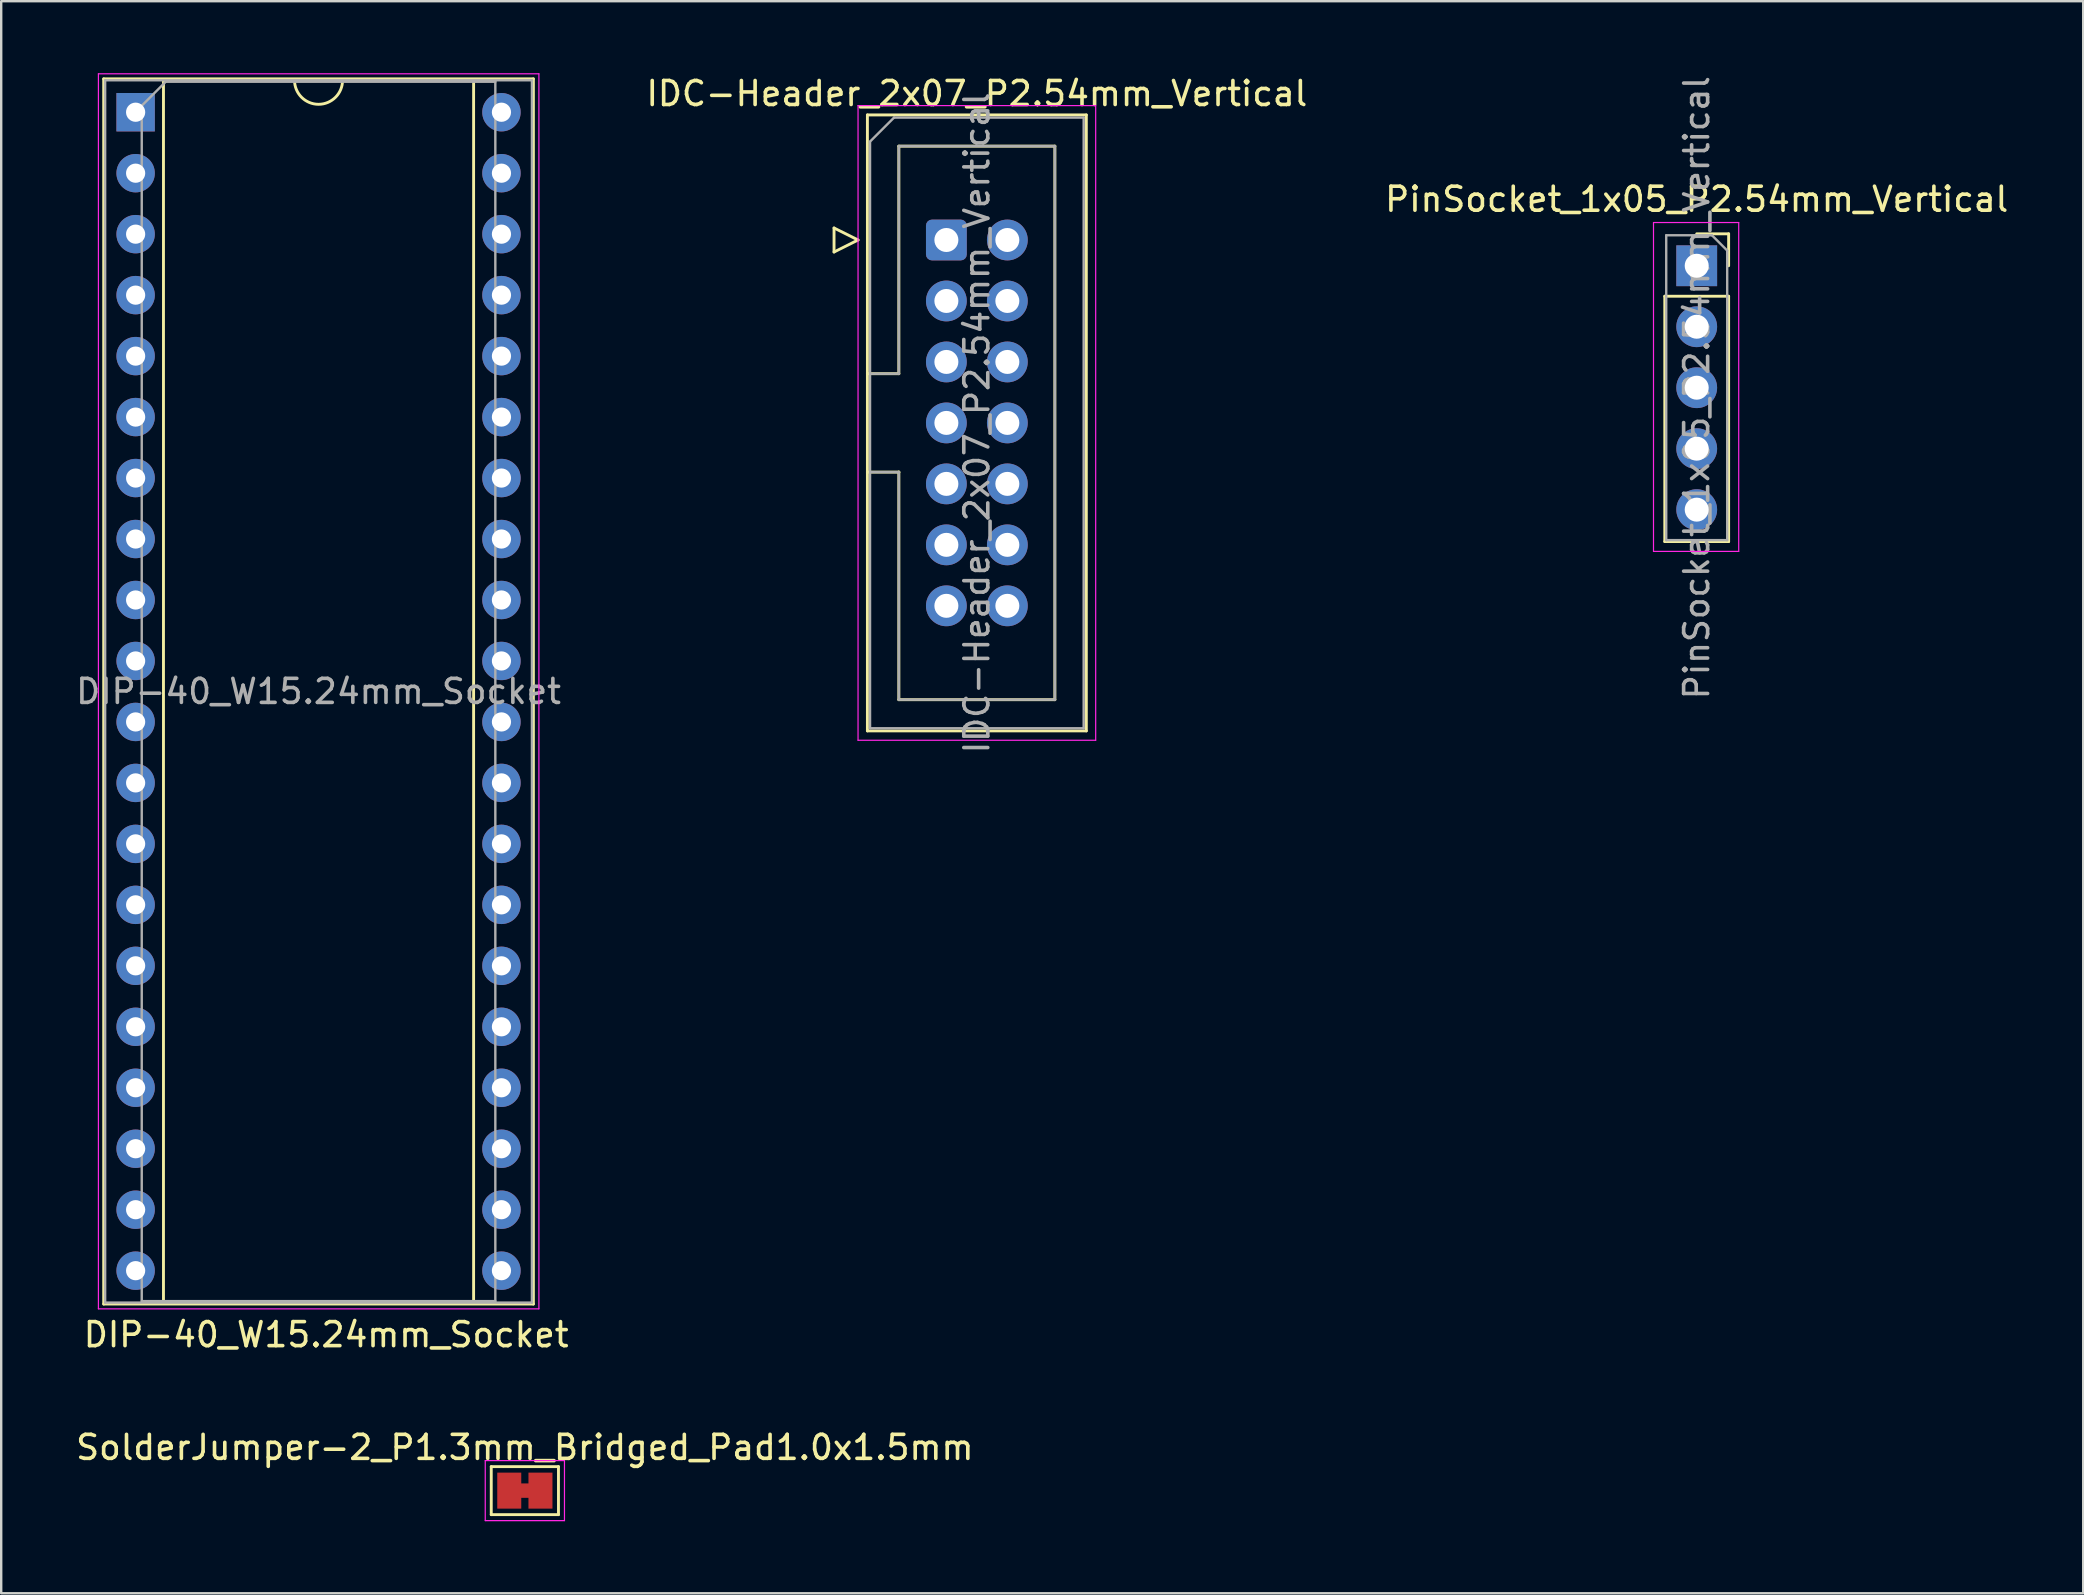
<source format=kicad_pcb>
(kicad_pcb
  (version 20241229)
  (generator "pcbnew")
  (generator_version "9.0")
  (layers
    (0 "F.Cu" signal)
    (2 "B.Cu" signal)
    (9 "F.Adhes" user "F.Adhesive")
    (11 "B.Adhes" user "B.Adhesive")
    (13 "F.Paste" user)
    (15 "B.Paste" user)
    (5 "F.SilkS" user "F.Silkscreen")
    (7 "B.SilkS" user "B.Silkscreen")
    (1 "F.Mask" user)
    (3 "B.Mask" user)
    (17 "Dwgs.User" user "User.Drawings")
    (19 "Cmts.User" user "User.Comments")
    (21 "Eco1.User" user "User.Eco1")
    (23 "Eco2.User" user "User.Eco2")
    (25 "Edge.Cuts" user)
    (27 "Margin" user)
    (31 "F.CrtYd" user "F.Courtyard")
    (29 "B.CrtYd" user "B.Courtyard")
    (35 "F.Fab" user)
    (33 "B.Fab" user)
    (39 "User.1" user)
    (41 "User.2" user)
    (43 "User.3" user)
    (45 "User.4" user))
  (footprint "SolderJumper-2_P1.3mm_Bridged_Pad1.0x1.5mm"
    (layer "F.Cu")
    (at 18.815 59.048)
    (property "Reference" "SolderJumper-2_P1.3mm_Bridged_Pad1.0x1.5mm" (at 0 -1.8 180) (layer "F.SilkS") (effects (font (size 1 1) (thickness 0.15))))
    (attr exclude_from_pos_files exclude_from_bom)
    (fp_poly (pts (xy -0.25 -0.3) (xy 0.25 -0.3) (xy 0.25 0.3) (xy -0.25 0.3)) (stroke (width 0) (type solid)) (fill yes) (layer "F.Cu"))
    (fp_line (start -1.4 -1) (end 1.4 -1) (stroke (width 0.12) (type solid)) (layer "F.SilkS"))
    (fp_line (start -1.4 1) (end -1.4 -1) (stroke (width 0.12) (type solid)) (layer "F.SilkS"))
    (fp_line (start 1.4 -1) (end 1.4 1) (stroke (width 0.12) (type solid)) (layer "F.SilkS"))
    (fp_line (start 1.4 1) (end -1.4 1) (stroke (width 0.12) (type solid)) (layer "F.SilkS"))
    (fp_line (start -1.65 -1.25) (end -1.65 1.25) (stroke (width 0.05) (type solid)) (layer "F.CrtYd"))
    (fp_line (start -1.65 -1.25) (end 1.65 -1.25) (stroke (width 0.05) (type solid)) (layer "F.CrtYd"))
    (fp_line (start 1.65 1.25) (end -1.65 1.25) (stroke (width 0.05) (type solid)) (layer "F.CrtYd"))
    (fp_line (start 1.65 1.25) (end 1.65 -1.25) (stroke (width 0.05) (type solid)) (layer "F.CrtYd"))
    (pad "1" smd rect (at -0.65 0) (size 1 1.5) (layers "F.Cu" "F.Mask"))
    (pad "2" smd rect (at 0.65 0) (size 1 1.5) (layers "F.Cu" "F.Mask")))
  (footprint "PinSocket_1x05_P2.54mm_Vertical"
    (layer "F.Cu")
    (at 67.633 8.021)
    (property "Reference" "PinSocket_1x05_P2.54mm_Vertical" (at 0 -2.77 0) (layer "F.SilkS") (effects (font (size 1 1) (thickness 0.15))))
    (attr through_hole)
    (fp_line (start -1.33 1.27) (end -1.33 11.49) (stroke (width 0.12) (type solid)) (layer "F.SilkS"))
    (fp_line (start -1.33 1.27) (end 1.33 1.27) (stroke (width 0.12) (type solid)) (layer "F.SilkS"))
    (fp_line (start -1.33 11.49) (end 1.33 11.49) (stroke (width 0.12) (type solid)) (layer "F.SilkS"))
    (fp_line (start 0 -1.33) (end 1.33 -1.33) (stroke (width 0.12) (type solid)) (layer "F.SilkS"))
    (fp_line (start 1.33 -1.33) (end 1.33 0) (stroke (width 0.12) (type solid)) (layer "F.SilkS"))
    (fp_line (start 1.33 1.27) (end 1.33 11.49) (stroke (width 0.12) (type solid)) (layer "F.SilkS"))
    (fp_line (start -1.8 -1.8) (end 1.75 -1.8) (stroke (width 0.05) (type solid)) (layer "F.CrtYd"))
    (fp_line (start -1.8 11.9) (end -1.8 -1.8) (stroke (width 0.05) (type solid)) (layer "F.CrtYd"))
    (fp_line (start 1.75 -1.8) (end 1.75 11.9) (stroke (width 0.05) (type solid)) (layer "F.CrtYd"))
    (fp_line (start 1.75 11.9) (end -1.8 11.9) (stroke (width 0.05) (type solid)) (layer "F.CrtYd"))
    (fp_line (start -1.27 -1.27) (end 0.635 -1.27) (stroke (width 0.1) (type solid)) (layer "F.Fab"))
    (fp_line (start -1.27 11.43) (end -1.27 -1.27) (stroke (width 0.1) (type solid)) (layer "F.Fab"))
    (fp_line (start 0.635 -1.27) (end 1.27 -0.635) (stroke (width 0.1) (type solid)) (layer "F.Fab"))
    (fp_line (start 1.27 -0.635) (end 1.27 11.43) (stroke (width 0.1) (type solid)) (layer "F.Fab"))
    (fp_line (start 1.27 11.43) (end -1.27 11.43) (stroke (width 0.1) (type solid)) (layer "F.Fab"))
    (fp_text user "${REFERENCE}" (at 0 5.08 270) (layer "F.Fab") (effects (font (size 1 1) (thickness 0.15))))
    (pad "1" thru_hole rect (at 0 0) (size 1.7 1.7) (drill 1) (layers "*.Cu" "*.Mask"))
    (pad "2" thru_hole oval (at 0 2.54) (size 1.7 1.7) (drill 1) (layers "*.Cu" "*.Mask"))
    (pad "3" thru_hole oval (at 0 5.08) (size 1.7 1.7) (drill 1) (layers "*.Cu" "*.Mask"))
    (pad "4" thru_hole oval (at 0 7.62) (size 1.7 1.7) (drill 1) (layers "*.Cu" "*.Mask"))
    (pad "5" thru_hole oval (at 0 10.16) (size 1.7 1.7) (drill 1) (layers "*.Cu" "*.Mask")))
  (footprint "IDC-Header_2x07_P2.54mm_Vertical"
    (layer "F.Cu")
    (at 36.375 6.948)
    (property "Reference" "IDC-Header_2x07_P2.54mm_Vertical" (at 1.27 -6.1 0) (layer "F.SilkS") (effects (font (size 1 1) (thickness 0.15))))
    (attr through_hole)
    (fp_line (start -4.68 -0.5) (end -4.68 0.5) (stroke (width 0.12) (type solid)) (layer "F.SilkS"))
    (fp_line (start -4.68 0.5) (end -3.68 0) (stroke (width 0.12) (type solid)) (layer "F.SilkS"))
    (fp_line (start -3.68 0) (end -4.68 -0.5) (stroke (width 0.12) (type solid)) (layer "F.SilkS"))
    (fp_line (start -3.29 -5.21) (end 5.83 -5.21) (stroke (width 0.12) (type solid)) (layer "F.SilkS"))
    (fp_line (start -3.29 5.57) (end -1.98 5.57) (stroke (width 0.12) (type solid)) (layer "F.SilkS"))
    (fp_line (start -3.29 20.45) (end -3.29 -5.21) (stroke (width 0.12) (type solid)) (layer "F.SilkS"))
    (fp_line (start -1.98 -3.91) (end 4.52 -3.91) (stroke (width 0.12) (type solid)) (layer "F.SilkS"))
    (fp_line (start -1.98 5.57) (end -1.98 -3.91) (stroke (width 0.12) (type solid)) (layer "F.SilkS"))
    (fp_line (start -1.98 9.67) (end -3.29 9.67) (stroke (width 0.12) (type solid)) (layer "F.SilkS"))
    (fp_line (start -1.98 9.67) (end -1.98 9.67) (stroke (width 0.12) (type solid)) (layer "F.SilkS"))
    (fp_line (start -1.98 19.15) (end -1.98 9.67) (stroke (width 0.12) (type solid)) (layer "F.SilkS"))
    (fp_line (start 4.52 -3.91) (end 4.52 19.15) (stroke (width 0.12) (type solid)) (layer "F.SilkS"))
    (fp_line (start 4.52 19.15) (end -1.98 19.15) (stroke (width 0.12) (type solid)) (layer "F.SilkS"))
    (fp_line (start 5.83 -5.21) (end 5.83 20.45) (stroke (width 0.12) (type solid)) (layer "F.SilkS"))
    (fp_line (start 5.83 20.45) (end -3.29 20.45) (stroke (width 0.12) (type solid)) (layer "F.SilkS"))
    (fp_line (start -3.68 -5.6) (end -3.68 20.84) (stroke (width 0.05) (type solid)) (layer "F.CrtYd"))
    (fp_line (start -3.68 20.84) (end 6.22 20.84) (stroke (width 0.05) (type solid)) (layer "F.CrtYd"))
    (fp_line (start 6.22 -5.6) (end -3.68 -5.6) (stroke (width 0.05) (type solid)) (layer "F.CrtYd"))
    (fp_line (start 6.22 20.84) (end 6.22 -5.6) (stroke (width 0.05) (type solid)) (layer "F.CrtYd"))
    (fp_line (start -3.18 -4.1) (end -2.18 -5.1) (stroke (width 0.1) (type solid)) (layer "F.Fab"))
    (fp_line (start -3.18 5.57) (end -1.98 5.57) (stroke (width 0.1) (type solid)) (layer "F.Fab"))
    (fp_line (start -3.18 20.34) (end -3.18 -4.1) (stroke (width 0.1) (type solid)) (layer "F.Fab"))
    (fp_line (start -2.18 -5.1) (end 5.72 -5.1) (stroke (width 0.1) (type solid)) (layer "F.Fab"))
    (fp_line (start -1.98 -3.91) (end 4.52 -3.91) (stroke (width 0.1) (type solid)) (layer "F.Fab"))
    (fp_line (start -1.98 5.57) (end -1.98 -3.91) (stroke (width 0.1) (type solid)) (layer "F.Fab"))
    (fp_line (start -1.98 9.67) (end -3.18 9.67) (stroke (width 0.1) (type solid)) (layer "F.Fab"))
    (fp_line (start -1.98 9.67) (end -1.98 9.67) (stroke (width 0.1) (type solid)) (layer "F.Fab"))
    (fp_line (start -1.98 19.15) (end -1.98 9.67) (stroke (width 0.1) (type solid)) (layer "F.Fab"))
    (fp_line (start 4.52 -3.91) (end 4.52 19.15) (stroke (width 0.1) (type solid)) (layer "F.Fab"))
    (fp_line (start 4.52 19.15) (end -1.98 19.15) (stroke (width 0.1) (type solid)) (layer "F.Fab"))
    (fp_line (start 5.72 -5.1) (end 5.72 20.34) (stroke (width 0.1) (type solid)) (layer "F.Fab"))
    (fp_line (start 5.72 20.34) (end -3.18 20.34) (stroke (width 0.1) (type solid)) (layer "F.Fab"))
    (fp_text user "${REFERENCE}" (at 1.27 7.62 270) (layer "F.Fab") (effects (font (size 1 1) (thickness 0.15))))
    (pad "1" thru_hole roundrect (at 0 0) (size 1.7 1.7) (drill 1) (layers "*.Cu" "*.Mask") (roundrect_rratio 0.147))
    (pad "2" thru_hole circle (at 2.54 0) (size 1.7 1.7) (drill 1) (layers "*.Cu" "*.Mask"))
    (pad "3" thru_hole circle (at 0 2.54) (size 1.7 1.7) (drill 1) (layers "*.Cu" "*.Mask"))
    (pad "4" thru_hole circle (at 2.54 2.54) (size 1.7 1.7) (drill 1) (layers "*.Cu" "*.Mask"))
    (pad "5" thru_hole circle (at 0 5.08) (size 1.7 1.7) (drill 1) (layers "*.Cu" "*.Mask"))
    (pad "6" thru_hole circle (at 2.54 5.08) (size 1.7 1.7) (drill 1) (layers "*.Cu" "*.Mask"))
    (pad "7" thru_hole circle (at 0 7.62) (size 1.7 1.7) (drill 1) (layers "*.Cu" "*.Mask"))
    (pad "8" thru_hole circle (at 2.54 7.62) (size 1.7 1.7) (drill 1) (layers "*.Cu" "*.Mask"))
    (pad "9" thru_hole circle (at 0 10.16) (size 1.7 1.7) (drill 1) (layers "*.Cu" "*.Mask"))
    (pad "10" thru_hole circle (at 2.54 10.16) (size 1.7 1.7) (drill 1) (layers "*.Cu" "*.Mask"))
    (pad "11" thru_hole circle (at 0 12.7) (size 1.7 1.7) (drill 1) (layers "*.Cu" "*.Mask"))
    (pad "12" thru_hole circle (at 2.54 12.7) (size 1.7 1.7) (drill 1) (layers "*.Cu" "*.Mask"))
    (pad "13" thru_hole circle (at 0 15.24) (size 1.7 1.7) (drill 1) (layers "*.Cu" "*.Mask"))
    (pad "14" thru_hole circle (at 2.54 15.24) (size 1.7 1.7) (drill 1) (layers "*.Cu" "*.Mask")))
  (footprint "DIP-40_W15.24mm_Socket"
    (layer "F.Cu")
    (at 2.6 1.625)
    (property "Reference" "DIP-40_W15.24mm_Socket" (at 7.938 50.927 0) (layer "F.SilkS") (effects (font (size 1 1) (thickness 0.15))))
    (attr through_hole)
    (fp_line (start -1.33 -1.39) (end -1.33 49.65) (stroke (width 0.12) (type solid)) (layer "F.SilkS"))
    (fp_line (start -1.33 49.65) (end 16.57 49.65) (stroke (width 0.12) (type solid)) (layer "F.SilkS"))
    (fp_line (start 1.16 -1.33) (end 1.16 49.59) (stroke (width 0.12) (type solid)) (layer "F.SilkS"))
    (fp_line (start 1.16 49.59) (end 14.08 49.59) (stroke (width 0.12) (type solid)) (layer "F.SilkS"))
    (fp_line (start 6.62 -1.33) (end 1.16 -1.33) (stroke (width 0.12) (type solid)) (layer "F.SilkS"))
    (fp_line (start 14.08 -1.33) (end 8.62 -1.33) (stroke (width 0.12) (type solid)) (layer "F.SilkS"))
    (fp_line (start 14.08 49.59) (end 14.08 -1.33) (stroke (width 0.12) (type solid)) (layer "F.SilkS"))
    (fp_line (start 16.57 -1.39) (end -1.33 -1.39) (stroke (width 0.12) (type solid)) (layer "F.SilkS"))
    (fp_line (start 16.57 49.65) (end 16.57 -1.39) (stroke (width 0.12) (type solid)) (layer "F.SilkS"))
    (fp_arc (start 8.62 -1.33) (mid 7.62 -0.33) (end 6.62 -1.33) (stroke (width 0.12) (type solid)) (layer "F.SilkS"))
    (fp_line (start -1.55 -1.6) (end -1.55 49.85) (stroke (width 0.05) (type solid)) (layer "F.CrtYd"))
    (fp_line (start -1.55 49.85) (end 16.8 49.85) (stroke (width 0.05) (type solid)) (layer "F.CrtYd"))
    (fp_line (start 16.8 -1.6) (end -1.55 -1.6) (stroke (width 0.05) (type solid)) (layer "F.CrtYd"))
    (fp_line (start 16.8 49.85) (end 16.8 -1.6) (stroke (width 0.05) (type solid)) (layer "F.CrtYd"))
    (fp_line (start -1.27 -1.33) (end -1.27 49.59) (stroke (width 0.1) (type solid)) (layer "F.Fab"))
    (fp_line (start -1.27 49.59) (end 16.51 49.59) (stroke (width 0.1) (type solid)) (layer "F.Fab"))
    (fp_line (start 0.255 -0.27) (end 1.255 -1.27) (stroke (width 0.1) (type solid)) (layer "F.Fab"))
    (fp_line (start 0.255 49.53) (end 0.255 -0.27) (stroke (width 0.1) (type solid)) (layer "F.Fab"))
    (fp_line (start 1.255 -1.27) (end 14.985 -1.27) (stroke (width 0.1) (type solid)) (layer "F.Fab"))
    (fp_line (start 14.985 -1.27) (end 14.985 49.53) (stroke (width 0.1) (type solid)) (layer "F.Fab"))
    (fp_line (start 14.985 49.53) (end 0.255 49.53) (stroke (width 0.1) (type solid)) (layer "F.Fab"))
    (fp_line (start 16.51 -1.33) (end -1.27 -1.33) (stroke (width 0.1) (type solid)) (layer "F.Fab"))
    (fp_line (start 16.51 49.59) (end 16.51 -1.33) (stroke (width 0.1) (type solid)) (layer "F.Fab"))
    (fp_text user "${REFERENCE}" (at 7.62 24.13 0) (layer "F.Fab") (effects (font (size 1 1) (thickness 0.15))))
    (pad "1" thru_hole rect (at 0 0) (size 1.6 1.6) (drill 0.8) (layers "*.Cu" "*.Mask"))
    (pad "2" thru_hole oval (at 0 2.54) (size 1.6 1.6) (drill 0.8) (layers "*.Cu" "*.Mask"))
    (pad "3" thru_hole oval (at 0 5.08) (size 1.6 1.6) (drill 0.8) (layers "*.Cu" "*.Mask"))
    (pad "4" thru_hole oval (at 0 7.62) (size 1.6 1.6) (drill 0.8) (layers "*.Cu" "*.Mask"))
    (pad "5" thru_hole oval (at 0 10.16) (size 1.6 1.6) (drill 0.8) (layers "*.Cu" "*.Mask"))
    (pad "6" thru_hole oval (at 0 12.7) (size 1.6 1.6) (drill 0.8) (layers "*.Cu" "*.Mask"))
    (pad "7" thru_hole oval (at 0 15.24) (size 1.6 1.6) (drill 0.8) (layers "*.Cu" "*.Mask"))
    (pad "8" thru_hole oval (at 0 17.78) (size 1.6 1.6) (drill 0.8) (layers "*.Cu" "*.Mask"))
    (pad "9" thru_hole oval (at 0 20.32) (size 1.6 1.6) (drill 0.8) (layers "*.Cu" "*.Mask"))
    (pad "10" thru_hole oval (at 0 22.86) (size 1.6 1.6) (drill 0.8) (layers "*.Cu" "*.Mask"))
    (pad "11" thru_hole oval (at 0 25.4) (size 1.6 1.6) (drill 0.8) (layers "*.Cu" "*.Mask"))
    (pad "12" thru_hole oval (at 0 27.94) (size 1.6 1.6) (drill 0.8) (layers "*.Cu" "*.Mask"))
    (pad "13" thru_hole oval (at 0 30.48) (size 1.6 1.6) (drill 0.8) (layers "*.Cu" "*.Mask"))
    (pad "14" thru_hole oval (at 0 33.02) (size 1.6 1.6) (drill 0.8) (layers "*.Cu" "*.Mask"))
    (pad "15" thru_hole oval (at 0 35.56) (size 1.6 1.6) (drill 0.8) (layers "*.Cu" "*.Mask"))
    (pad "16" thru_hole oval (at 0 38.1) (size 1.6 1.6) (drill 0.8) (layers "*.Cu" "*.Mask"))
    (pad "17" thru_hole oval (at 0 40.64) (size 1.6 1.6) (drill 0.8) (layers "*.Cu" "*.Mask"))
    (pad "18" thru_hole oval (at 0 43.18) (size 1.6 1.6) (drill 0.8) (layers "*.Cu" "*.Mask"))
    (pad "19" thru_hole oval (at 0 45.72) (size 1.6 1.6) (drill 0.8) (layers "*.Cu" "*.Mask"))
    (pad "20" thru_hole oval (at 0 48.26) (size 1.6 1.6) (drill 0.8) (layers "*.Cu" "*.Mask"))
    (pad "21" thru_hole oval (at 15.24 48.26) (size 1.6 1.6) (drill 0.8) (layers "*.Cu" "*.Mask"))
    (pad "22" thru_hole oval (at 15.24 45.72) (size 1.6 1.6) (drill 0.8) (layers "*.Cu" "*.Mask"))
    (pad "23" thru_hole oval (at 15.24 43.18) (size 1.6 1.6) (drill 0.8) (layers "*.Cu" "*.Mask"))
    (pad "24" thru_hole oval (at 15.24 40.64) (size 1.6 1.6) (drill 0.8) (layers "*.Cu" "*.Mask"))
    (pad "25" thru_hole oval (at 15.24 38.1) (size 1.6 1.6) (drill 0.8) (layers "*.Cu" "*.Mask"))
    (pad "26" thru_hole oval (at 15.24 35.56) (size 1.6 1.6) (drill 0.8) (layers "*.Cu" "*.Mask"))
    (pad "27" thru_hole oval (at 15.24 33.02) (size 1.6 1.6) (drill 0.8) (layers "*.Cu" "*.Mask"))
    (pad "28" thru_hole oval (at 15.24 30.48) (size 1.6 1.6) (drill 0.8) (layers "*.Cu" "*.Mask"))
    (pad "29" thru_hole oval (at 15.24 27.94) (size 1.6 1.6) (drill 0.8) (layers "*.Cu" "*.Mask"))
    (pad "30" thru_hole oval (at 15.24 25.4) (size 1.6 1.6) (drill 0.8) (layers "*.Cu" "*.Mask"))
    (pad "31" thru_hole oval (at 15.24 22.86) (size 1.6 1.6) (drill 0.8) (layers "*.Cu" "*.Mask"))
    (pad "32" thru_hole oval (at 15.24 20.32) (size 1.6 1.6) (drill 0.8) (layers "*.Cu" "*.Mask"))
    (pad "33" thru_hole oval (at 15.24 17.78) (size 1.6 1.6) (drill 0.8) (layers "*.Cu" "*.Mask"))
    (pad "34" thru_hole oval (at 15.24 15.24) (size 1.6 1.6) (drill 0.8) (layers "*.Cu" "*.Mask"))
    (pad "35" thru_hole oval (at 15.24 12.7) (size 1.6 1.6) (drill 0.8) (layers "*.Cu" "*.Mask"))
    (pad "36" thru_hole oval (at 15.24 10.16) (size 1.6 1.6) (drill 0.8) (layers "*.Cu" "*.Mask"))
    (pad "37" thru_hole oval (at 15.24 7.62) (size 1.6 1.6) (drill 0.8) (layers "*.Cu" "*.Mask"))
    (pad "38" thru_hole oval (at 15.24 5.08) (size 1.6 1.6) (drill 0.8) (layers "*.Cu" "*.Mask"))
    (pad "39" thru_hole oval (at 15.24 2.54) (size 1.6 1.6) (drill 0.8) (layers "*.Cu" "*.Mask"))
    (pad "40" thru_hole oval (at 15.24 0) (size 1.6 1.6) (drill 0.8) (layers "*.Cu" "*.Mask")))
  (gr_rect
    (start -3 -3)
    (end 83.734 63.324)
    (stroke (width 0.1) (type default))
    (fill no)
    (layer "Edge.Cuts")))
</source>
